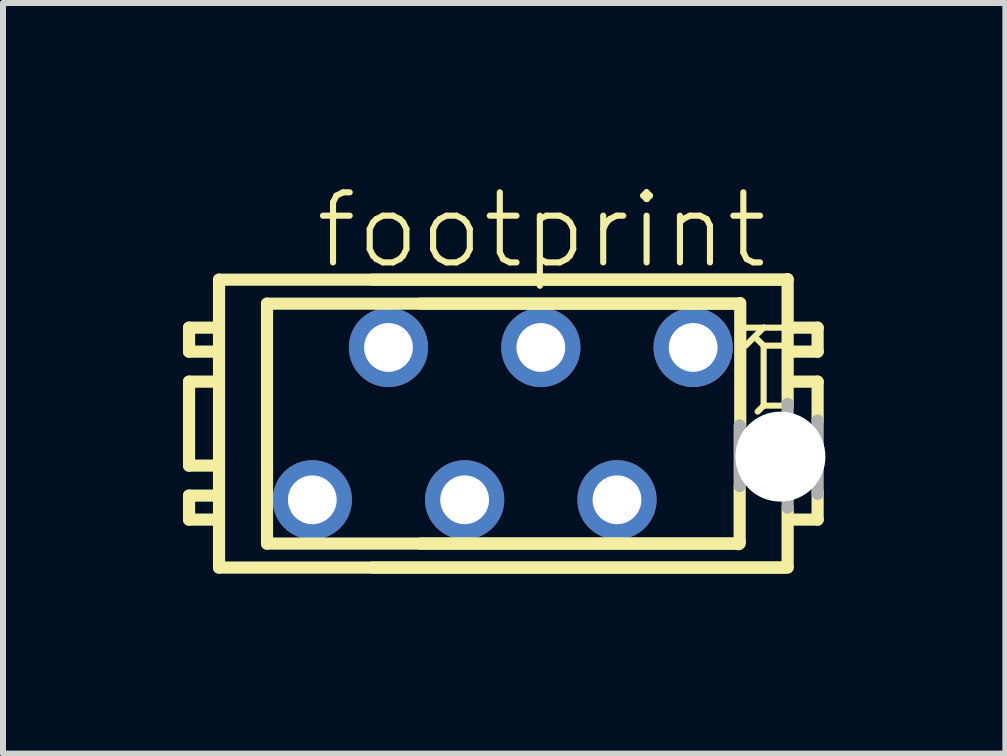
<source format=kicad_pcb>
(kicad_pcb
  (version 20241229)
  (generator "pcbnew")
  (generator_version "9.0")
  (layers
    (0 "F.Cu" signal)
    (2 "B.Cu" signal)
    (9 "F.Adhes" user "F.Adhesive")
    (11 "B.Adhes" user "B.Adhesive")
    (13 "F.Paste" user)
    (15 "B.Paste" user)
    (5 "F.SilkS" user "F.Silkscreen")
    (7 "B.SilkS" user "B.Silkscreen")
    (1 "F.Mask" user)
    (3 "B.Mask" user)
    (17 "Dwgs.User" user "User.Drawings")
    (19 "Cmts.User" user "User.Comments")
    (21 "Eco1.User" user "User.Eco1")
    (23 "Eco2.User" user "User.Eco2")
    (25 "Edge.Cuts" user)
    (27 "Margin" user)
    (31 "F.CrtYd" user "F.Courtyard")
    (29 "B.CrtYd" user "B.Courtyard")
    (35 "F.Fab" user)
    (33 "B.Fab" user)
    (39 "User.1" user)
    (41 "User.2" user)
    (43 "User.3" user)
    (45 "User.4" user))
  (footprint "footprint"
    (layer "F.Cu")
    (at 5.332 4.013)
    (property "Reference" "footprint" (at -3.175 -2.54 0) (layer "F.SilkS") (effects (font (size 1.168 1.168) (thickness 0.102)) (justify left bottom)))
    (fp_line (start -5.23 -1.6) (end -5.23 -1.2) (stroke (width 0.203) (type solid)) (layer "F.SilkS"))
    (fp_line (start -5.23 -1.2) (end -4.83 -1.2) (stroke (width 0.203) (type solid)) (layer "F.SilkS"))
    (fp_line (start -5.23 -0.7) (end -5.23 0.7) (stroke (width 0.203) (type solid)) (layer "F.SilkS"))
    (fp_line (start -5.23 0.7) (end -4.83 0.7) (stroke (width 0.203) (type solid)) (layer "F.SilkS"))
    (fp_line (start -5.23 1.2) (end -5.23 1.6) (stroke (width 0.203) (type solid)) (layer "F.SilkS"))
    (fp_line (start -5.23 1.6) (end -4.83 1.6) (stroke (width 0.203) (type solid)) (layer "F.SilkS"))
    (fp_line (start -4.83 -1.6) (end -5.23 -1.6) (stroke (width 0.203) (type solid)) (layer "F.SilkS"))
    (fp_line (start -4.83 -0.7) (end -5.23 -0.7) (stroke (width 0.203) (type solid)) (layer "F.SilkS"))
    (fp_line (start -4.83 1.2) (end -5.23 1.2) (stroke (width 0.203) (type solid)) (layer "F.SilkS"))
    (fp_line (start -4.73 -2.4) (end -4.73 2.4) (stroke (width 0.203) (type solid)) (layer "F.SilkS"))
    (fp_line (start -3.93 -2) (end -3.93 2) (stroke (width 0.203) (type solid)) (layer "F.SilkS"))
    (fp_line (start 3.93 -2) (end -3.93 -2) (stroke (width 0.203) (type solid)) (layer "F.SilkS"))
    (fp_line (start 3.93 2) (end -3.93 2) (stroke (width 0.203) (type solid)) (layer "F.SilkS"))
    (fp_line (start 3.93 2.01) (end 3.95 1.96) (stroke (width 0.203) (type solid)) (layer "F.SilkS"))
    (fp_line (start 3.95 -2) (end -1.37 -2) (stroke (width 0.203) (type solid)) (layer "F.SilkS"))
    (fp_line (start 3.95 1.96) (end 3.95 1.07) (stroke (width 0.203) (type solid)) (layer "F.SilkS"))
    (fp_line (start 3.95 2) (end -1.37 2) (stroke (width 0.203) (type solid)) (layer "F.SilkS"))
    (fp_line (start 3.96 -2.01) (end 3.96 0.02) (stroke (width 0.203) (type solid)) (layer "F.SilkS"))
    (fp_line (start 4.25 -1.4) (end 4.35 -1.3) (stroke (width 0.102) (type solid)) (layer "F.SilkS"))
    (fp_line (start 4.25 -0.2) (end 4.35 -0.3) (stroke (width 0.102) (type solid)) (layer "F.SilkS"))
    (fp_line (start 4.35 -1.6) (end 4.05 -1.6) (stroke (width 0.102) (type solid)) (layer "F.SilkS"))
    (fp_line (start 4.35 -1.6) (end 4.05 -1.3) (stroke (width 0.102) (type solid)) (layer "F.SilkS"))
    (fp_line (start 4.35 -1.3) (end 4.35 -0.3) (stroke (width 0.102) (type solid)) (layer "F.SilkS"))
    (fp_line (start 4.35 -0.3) (end 4.65 -0.3) (stroke (width 0.102) (type solid)) (layer "F.SilkS"))
    (fp_line (start 4.65 -1.6) (end 4.35 -1.6) (stroke (width 0.102) (type solid)) (layer "F.SilkS"))
    (fp_line (start 4.65 -1.3) (end 4.35 -1.3) (stroke (width 0.102) (type solid)) (layer "F.SilkS"))
    (fp_line (start 4.73 -2.4) (end -4.73 -2.4) (stroke (width 0.203) (type solid)) (layer "F.SilkS"))
    (fp_line (start 4.73 2.4) (end -4.73 2.4) (stroke (width 0.203) (type solid)) (layer "F.SilkS"))
    (fp_line (start 4.75 -2.41) (end 4.75 -0.3) (stroke (width 0.203) (type solid)) (layer "F.SilkS"))
    (fp_line (start 4.75 -2.4) (end -2.17 -2.4) (stroke (width 0.203) (type solid)) (layer "F.SilkS"))
    (fp_line (start 4.75 2.39) (end 4.75 1.4) (stroke (width 0.203) (type solid)) (layer "F.SilkS"))
    (fp_line (start 4.75 2.4) (end -2.17 2.4) (stroke (width 0.203) (type solid)) (layer "F.SilkS"))
    (fp_line (start 4.85 -1.2) (end 5.25 -1.2) (stroke (width 0.203) (type solid)) (layer "F.SilkS"))
    (fp_line (start 4.85 1.6) (end 5.25 1.6) (stroke (width 0.203) (type solid)) (layer "F.SilkS"))
    (fp_line (start 5.25 -1.6) (end 4.85 -1.6) (stroke (width 0.203) (type solid)) (layer "F.SilkS"))
    (fp_line (start 5.25 -1.2) (end 5.25 -1.6) (stroke (width 0.203) (type solid)) (layer "F.SilkS"))
    (fp_line (start 5.25 -0.7) (end 4.85 -0.7) (stroke (width 0.203) (type solid)) (layer "F.SilkS"))
    (fp_line (start 5.25 -0.04) (end 5.25 -0.7) (stroke (width 0.203) (type solid)) (layer "F.SilkS"))
    (fp_line (start 5.25 1.6) (end 5.25 1.13) (stroke (width 0.203) (type solid)) (layer "F.SilkS"))
    (fp_line (start 3.95 0.03) (end 3.95 1.04) (stroke (width 0.203) (type solid)) (layer "F.Fab"))
    (fp_line (start 4.75 1.4) (end 4.75 -0.33) (stroke (width 0.203) (type solid)) (layer "F.Fab"))
    (fp_line (start 5.25 -0.05) (end 5.25 1.17) (stroke (width 0.203) (type solid)) (layer "F.Fab"))
    (pad "" np_thru_hole circle (at 4.63 0.55) (size 1.5 1.5) (drill 1.5) (layers "*.Cu" "*.Mask"))
    (pad "1" thru_hole circle (at 3.175 -1.27) (size 1.321 1.321) (drill 0.813) (layers "*.Cu" "*.Mask"))
    (pad "2" thru_hole circle (at 1.905 1.27) (size 1.321 1.321) (drill 0.813) (layers "*.Cu" "*.Mask"))
    (pad "3" thru_hole circle (at 0.635 -1.27) (size 1.321 1.321) (drill 0.813) (layers "*.Cu" "*.Mask"))
    (pad "4" thru_hole circle (at -0.635 1.27) (size 1.321 1.321) (drill 0.813) (layers "*.Cu" "*.Mask"))
    (pad "5" thru_hole circle (at -1.905 -1.27) (size 1.321 1.321) (drill 0.813) (layers "*.Cu" "*.Mask"))
    (pad "6" thru_hole circle (at -3.175 1.27) (size 1.321 1.321) (drill 0.813) (layers "*.Cu" "*.Mask")))
  (gr_rect
    (start -3 -3)
    (end 13.712 9.515)
    (stroke (width 0.1) (type default))
    (fill no)
    (layer "Edge.Cuts")))
</source>
